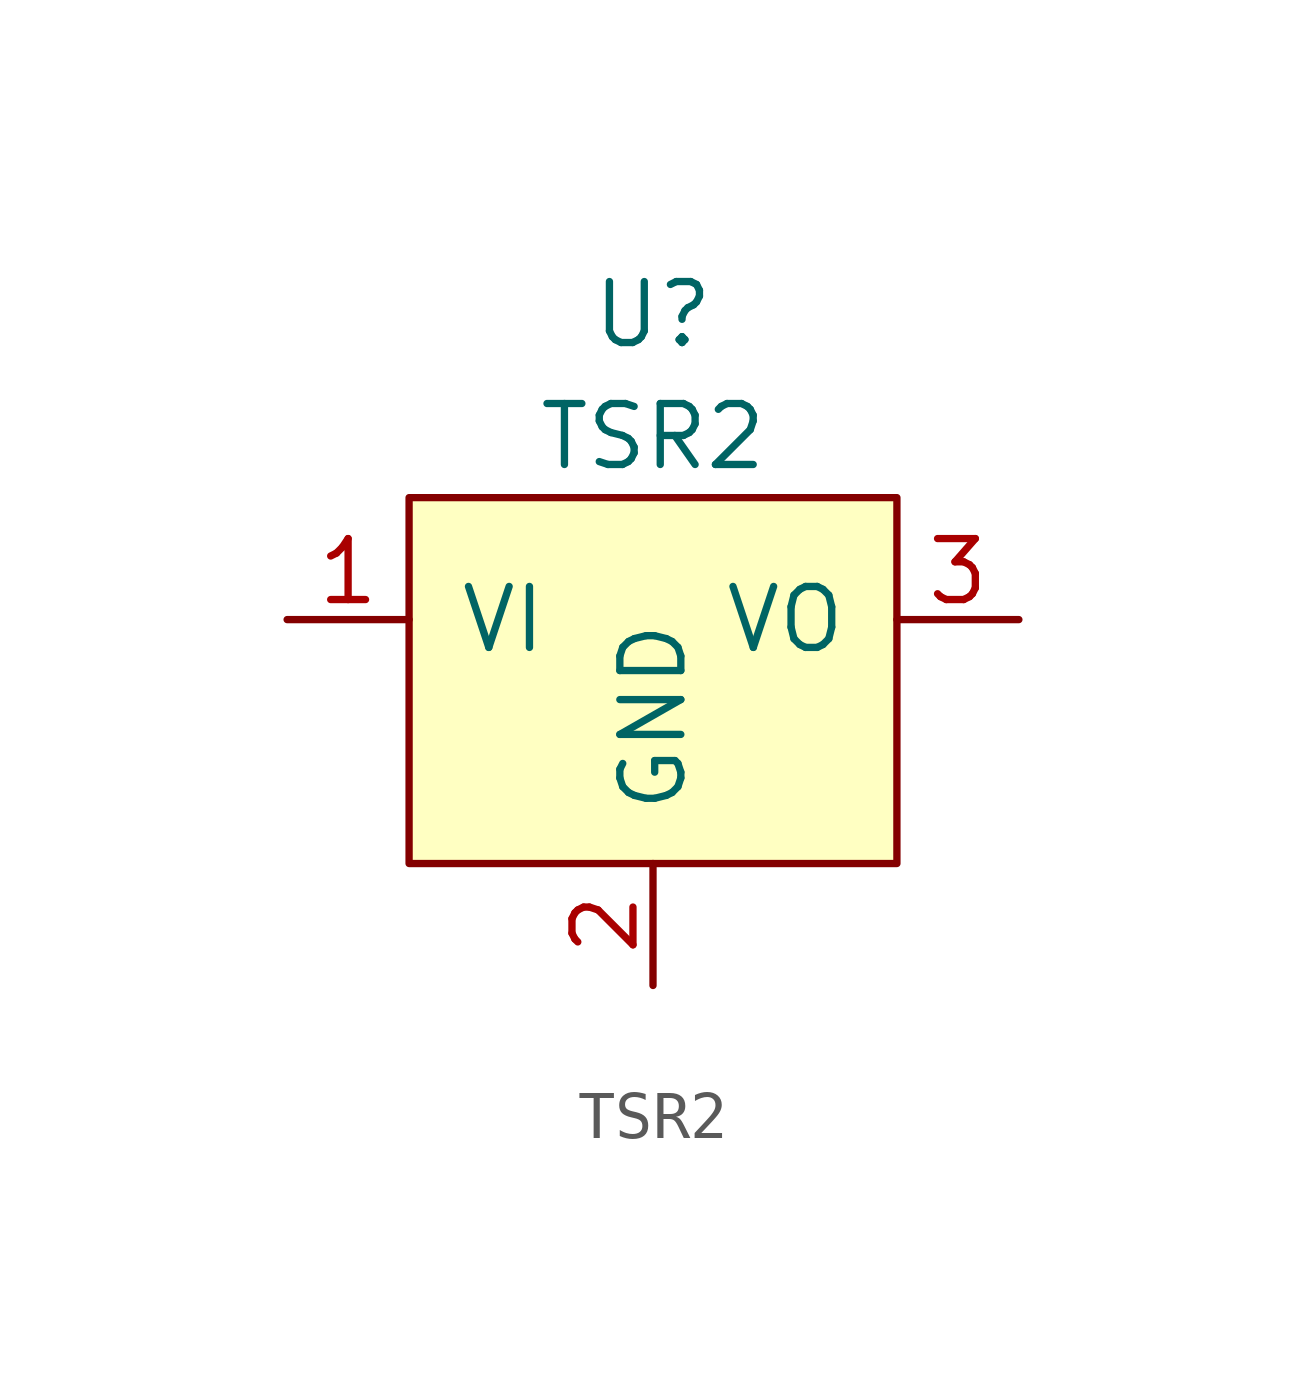
<source format=kicad_sym>
(kicad_symbol_lib
  (version 20220914)
  (generator kicad_symbol_editor)
  (symbol "TSR2"
    (pin_names
      (offset 1.016))
    (property "Reference" "U"
      (at 0 7.62 0)
      (effects (font (size 1.27 1.27))))
    (property "Value" "TSR2"
      (at 0 5.08 0)
      (effects (font (size 1.27 1.27))))
    (symbol "TSR2_0_1"
      (rectangle (start -5.08 3.81) (end 5.08 -3.81) (stroke (width 0) (type solid)) (fill (type background))))
    (symbol "TSR2_1_1"
      (pin power_in line (at -7.62 1.27 0) (length 2.54) (name "VI" (effects (font (size 1.27 1.27)))) (number "1" (effects (font (size 1.27 1.27)))))
      (pin passive line (at 0 -6.35 90) (length 2.54) (name "GND" (effects (font (size 1.27 1.27)))) (number "2" (effects (font (size 1.27 1.27)))))
      (pin power_out line (at 7.62 1.27 180) (length 2.54) (name "VO" (effects (font (size 1.27 1.27)))) (number "3" (effects (font (size 1.27 1.27))))))))
</source>
